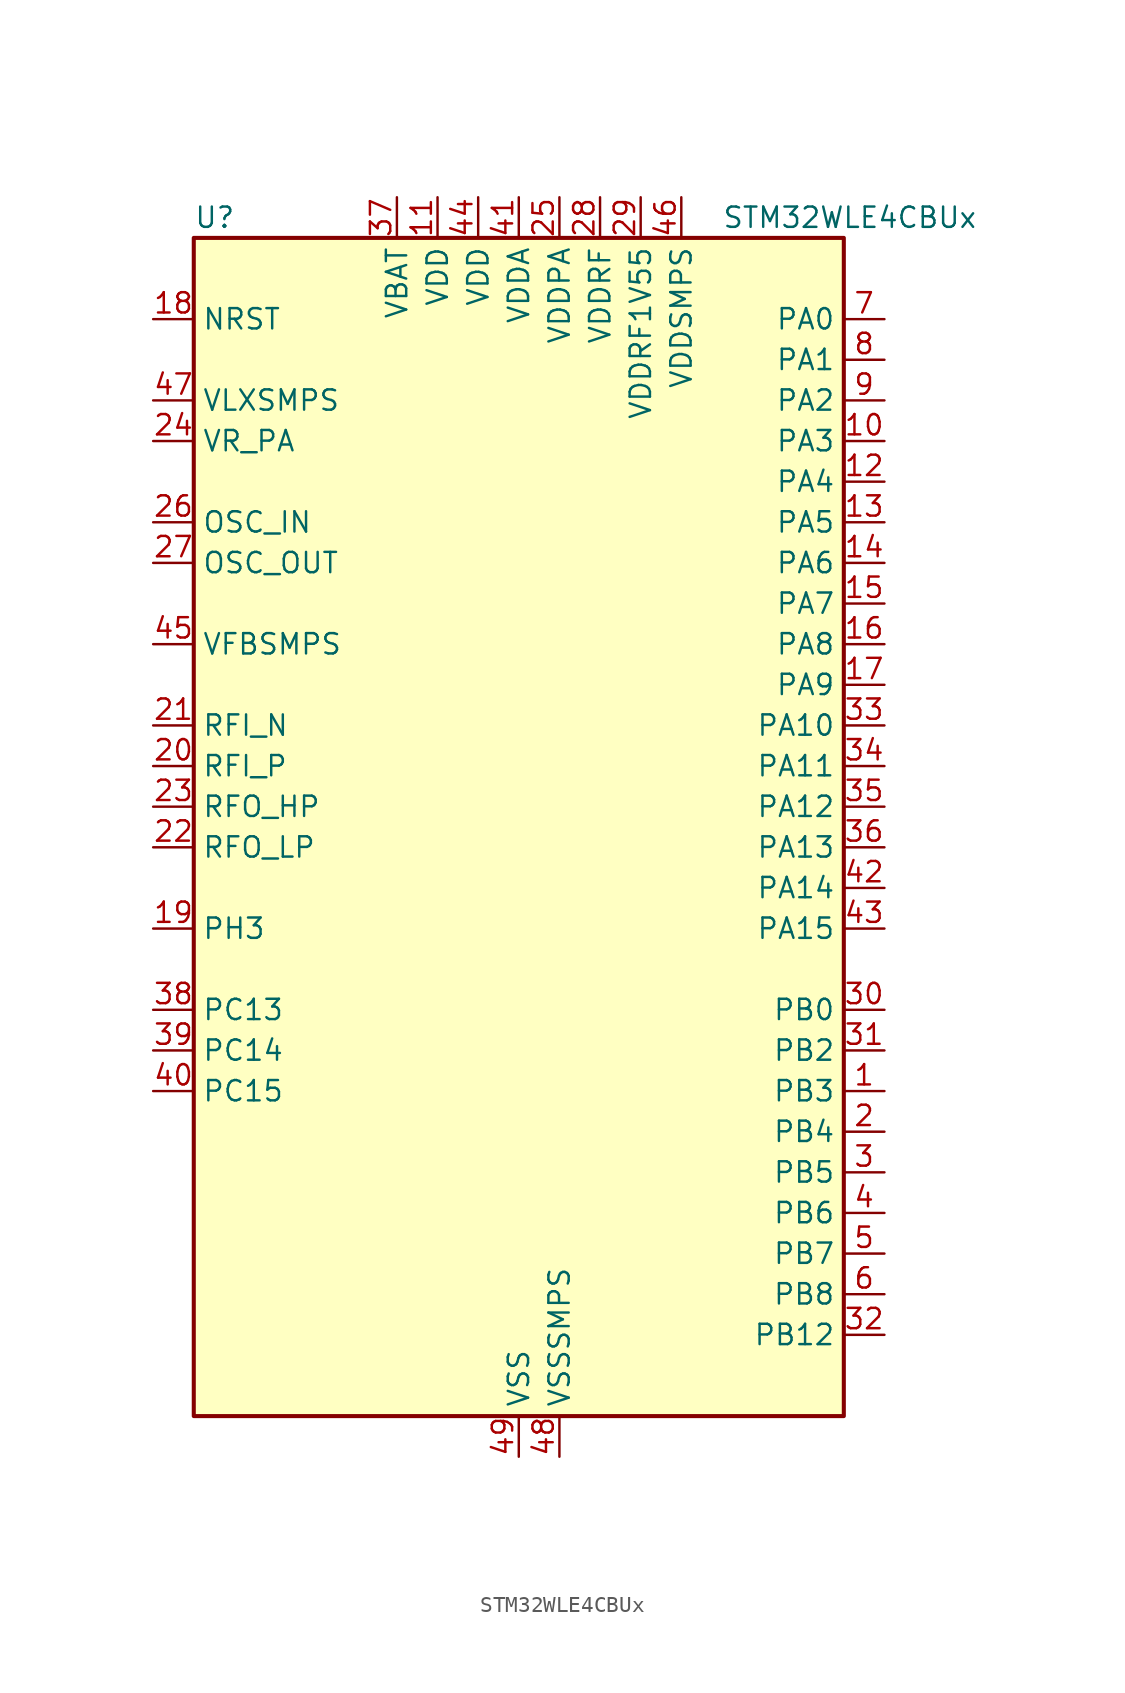
<source format=kicad_sym>
(kicad_symbol_lib
  (version 20241209)
  (generator "kicad_symbol_editor")
  (generator_version "9.0")
  (symbol "STM32WLE4CBUx"
    (property "Reference" "U"
      (at -20.32 39.37 0)
      (effects (font (size 1.27 1.27)) (justify left)))
    (property "Value" "STM32WLE4CBUx"
      (at 12.7 39.37 0)
      (effects (font (size 1.27 1.27)) (justify left)))
    (symbol "STM32WLE4CBUx_0_1"
      (rectangle (start -20.32 -35.56) (end 20.32 38.1) (stroke (width 0.254) (type default)) (fill (type background))))
    (symbol "STM32WLE4CBUx_1_1"
      (pin input line (at -22.86 33.02 0) (length 2.54) (name "NRST" (effects (font (size 1.27 1.27)))) (number "18" (effects (font (size 1.27 1.27)))))
      (pin power_in line (at -22.86 27.94 0) (length 2.54) (name "VLXSMPS" (effects (font (size 1.27 1.27)))) (number "47" (effects (font (size 1.27 1.27)))))
      (pin power_in line (at -22.86 25.4 0) (length 2.54) (name "VR_PA" (effects (font (size 1.27 1.27)))) (number "24" (effects (font (size 1.27 1.27)))))
      (pin input line (at -22.86 20.32 0) (length 2.54) (name "OSC_IN" (effects (font (size 1.27 1.27)))) (number "26" (effects (font (size 1.27 1.27)))) (alternate "RCC_OSC_IN" bidirectional line))
      (pin input line (at -22.86 17.78 0) (length 2.54) (name "OSC_OUT" (effects (font (size 1.27 1.27)))) (number "27" (effects (font (size 1.27 1.27)))) (alternate "RCC_OSC_OUT" bidirectional line))
      (pin input line (at -22.86 12.7 0) (length 2.54) (name "VFBSMPS" (effects (font (size 1.27 1.27)))) (number "45" (effects (font (size 1.27 1.27)))))
      (pin bidirectional line (at -22.86 7.62 0) (length 2.54) (name "RFI_N" (effects (font (size 1.27 1.27)))) (number "21" (effects (font (size 1.27 1.27)))))
      (pin bidirectional line (at -22.86 5.08 0) (length 2.54) (name "RFI_P" (effects (font (size 1.27 1.27)))) (number "20" (effects (font (size 1.27 1.27)))))
      (pin bidirectional line (at -22.86 2.54 0) (length 2.54) (name "RFO_HP" (effects (font (size 1.27 1.27)))) (number "23" (effects (font (size 1.27 1.27)))))
      (pin bidirectional line (at -22.86 0 0) (length 2.54) (name "RFO_LP" (effects (font (size 1.27 1.27)))) (number "22" (effects (font (size 1.27 1.27)))))
      (pin bidirectional line (at -22.86 -5.08 0) (length 2.54) (name "PH3" (effects (font (size 1.27 1.27)))) (number "19" (effects (font (size 1.27 1.27)))))
      (pin bidirectional line (at -22.86 -10.16 0) (length 2.54) (name "PC13" (effects (font (size 1.27 1.27)))) (number "38" (effects (font (size 1.27 1.27)))) (alternate "PWR_WKUP2" bidirectional line) (alternate "RTC_OUT1" bidirectional line) (alternate "RTC_TAMP_IN1" bidirectional line) (alternate "RTC_TS" bidirectional line))
      (pin bidirectional line (at -22.86 -12.7 0) (length 2.54) (name "PC14" (effects (font (size 1.27 1.27)))) (number "39" (effects (font (size 1.27 1.27)))) (alternate "RCC_OSC32_IN" bidirectional line))
      (pin bidirectional line (at -22.86 -15.24 0) (length 2.54) (name "PC15" (effects (font (size 1.27 1.27)))) (number "40" (effects (font (size 1.27 1.27)))) (alternate "RCC_OSC32_OUT" bidirectional line))
      (pin power_in line (at -7.62 40.64 270) (length 2.54) (name "VBAT" (effects (font (size 1.27 1.27)))) (number "37" (effects (font (size 1.27 1.27)))))
      (pin power_in line (at -5.08 40.64 270) (length 2.54) (name "VDD" (effects (font (size 1.27 1.27)))) (number "11" (effects (font (size 1.27 1.27)))))
      (pin power_in line (at -2.54 40.64 270) (length 2.54) (name "VDD" (effects (font (size 1.27 1.27)))) (number "44" (effects (font (size 1.27 1.27)))))
      (pin power_in line (at 0 40.64 270) (length 2.54) (name "VDDA" (effects (font (size 1.27 1.27)))) (number "41" (effects (font (size 1.27 1.27)))))
      (pin power_in line (at 0 -38.1 90) (length 2.54) (name "VSS" (effects (font (size 1.27 1.27)))) (number "49" (effects (font (size 1.27 1.27)))))
      (pin power_in line (at 2.54 40.64 270) (length 2.54) (name "VDDPA" (effects (font (size 1.27 1.27)))) (number "25" (effects (font (size 1.27 1.27)))))
      (pin power_in line (at 2.54 -38.1 90) (length 2.54) (name "VSSSMPS" (effects (font (size 1.27 1.27)))) (number "48" (effects (font (size 1.27 1.27)))))
      (pin power_in line (at 5.08 40.64 270) (length 2.54) (name "VDDRF" (effects (font (size 1.27 1.27)))) (number "28" (effects (font (size 1.27 1.27)))))
      (pin power_in line (at 7.62 40.64 270) (length 2.54) (name "VDDRF1V55" (effects (font (size 1.27 1.27)))) (number "29" (effects (font (size 1.27 1.27)))))
      (pin power_in line (at 10.16 40.64 270) (length 2.54) (name "VDDSMPS" (effects (font (size 1.27 1.27)))) (number "46" (effects (font (size 1.27 1.27)))))
      (pin bidirectional line (at 22.86 33.02 180) (length 2.54) (name "PA0" (effects (font (size 1.27 1.27)))) (number "7" (effects (font (size 1.27 1.27)))) (alternate "COMP1_OUT" bidirectional line) (alternate "DEBUG_PWR-REGLP1S" bidirectional line) (alternate "I2C3_SMBA" bidirectional line) (alternate "I2S_CKIN" bidirectional line) (alternate "PWR_WKUP1" bidirectional line) (alternate "RTC_TAMP_IN2" bidirectional line) (alternate "TIM2_CH1" bidirectional line) (alternate "TIM2_ETR" bidirectional line) (alternate "USART2_CTS" bidirectional line) (alternate "USART2_NSS" bidirectional line))
      (pin bidirectional line (at 22.86 30.48 180) (length 2.54) (name "PA1" (effects (font (size 1.27 1.27)))) (number "8" (effects (font (size 1.27 1.27)))) (alternate "DEBUG_PWR-REGLP2S" bidirectional line) (alternate "I2C1_SMBA" bidirectional line) (alternate "LPTIM3_OUT" bidirectional line) (alternate "LPUART1_RTS" bidirectional line) (alternate "SPI1_SCK" bidirectional line) (alternate "TIM2_CH2" bidirectional line) (alternate "USART2_DE" bidirectional line) (alternate "USART2_RTS" bidirectional line))
      (pin bidirectional line (at 22.86 27.94 180) (length 2.54) (name "PA2" (effects (font (size 1.27 1.27)))) (number "9" (effects (font (size 1.27 1.27)))) (alternate "COMP2_OUT" bidirectional line) (alternate "DEBUG_PWR-LDORDY" bidirectional line) (alternate "LPUART1_TX" bidirectional line) (alternate "RCC_LSCO" bidirectional line) (alternate "TIM2_CH3" bidirectional line) (alternate "USART2_TX" bidirectional line))
      (pin bidirectional line (at 22.86 25.4 180) (length 2.54) (name "PA3" (effects (font (size 1.27 1.27)))) (number "10" (effects (font (size 1.27 1.27)))) (alternate "I2S2_MCK" bidirectional line) (alternate "LPUART1_RX" bidirectional line) (alternate "TIM2_CH4" bidirectional line) (alternate "USART2_RX" bidirectional line))
      (pin bidirectional line (at 22.86 22.86 180) (length 2.54) (name "PA4" (effects (font (size 1.27 1.27)))) (number "12" (effects (font (size 1.27 1.27)))) (alternate "DEBUG_SUBGHZSPI-NSSOUT" bidirectional line) (alternate "LPTIM1_OUT" bidirectional line) (alternate "LPTIM2_OUT" bidirectional line) (alternate "RTC_OUT2" bidirectional line) (alternate "SPI1_NSS" bidirectional line) (alternate "USART2_CK" bidirectional line))
      (pin bidirectional line (at 22.86 20.32 180) (length 2.54) (name "PA5" (effects (font (size 1.27 1.27)))) (number "13" (effects (font (size 1.27 1.27)))) (alternate "DEBUG_SUBGHZSPI-SCKOUT" bidirectional line) (alternate "LPTIM2_ETR" bidirectional line) (alternate "SPI1_SCK" bidirectional line) (alternate "SPI2_MISO" bidirectional line) (alternate "TIM2_CH1" bidirectional line) (alternate "TIM2_ETR" bidirectional line))
      (pin bidirectional line (at 22.86 17.78 180) (length 2.54) (name "PA6" (effects (font (size 1.27 1.27)))) (number "14" (effects (font (size 1.27 1.27)))) (alternate "DEBUG_SUBGHZSPI-MISOOUT" bidirectional line) (alternate "I2C2_SMBA" bidirectional line) (alternate "LPUART1_CTS" bidirectional line) (alternate "SPI1_MISO" bidirectional line) (alternate "TIM16_CH1" bidirectional line) (alternate "TIM1_BKIN" bidirectional line))
      (pin bidirectional line (at 22.86 15.24 180) (length 2.54) (name "PA7" (effects (font (size 1.27 1.27)))) (number "15" (effects (font (size 1.27 1.27)))) (alternate "COMP2_OUT" bidirectional line) (alternate "DEBUG_SUBGHZSPI-MOSIOUT" bidirectional line) (alternate "I2C3_SCL" bidirectional line) (alternate "SPI1_MOSI" bidirectional line) (alternate "TIM17_CH1" bidirectional line) (alternate "TIM1_CH1N" bidirectional line))
      (pin bidirectional line (at 22.86 12.7 180) (length 2.54) (name "PA8" (effects (font (size 1.27 1.27)))) (number "16" (effects (font (size 1.27 1.27)))) (alternate "I2S2_CK" bidirectional line) (alternate "LPTIM2_OUT" bidirectional line) (alternate "RCC_MCO" bidirectional line) (alternate "SPI2_SCK" bidirectional line) (alternate "TIM1_CH1" bidirectional line) (alternate "USART1_CK" bidirectional line))
      (pin bidirectional line (at 22.86 10.16 180) (length 2.54) (name "PA9" (effects (font (size 1.27 1.27)))) (number "17" (effects (font (size 1.27 1.27)))) (alternate "DAC_EXTI9" bidirectional line) (alternate "I2C1_SCL" bidirectional line) (alternate "I2S2_CK" bidirectional line) (alternate "I2S2_WS" bidirectional line) (alternate "SPI2_NSS" bidirectional line) (alternate "SPI2_SCK" bidirectional line) (alternate "TIM1_CH2" bidirectional line) (alternate "USART1_TX" bidirectional line))
      (pin bidirectional line (at 22.86 7.62 180) (length 2.54) (name "PA10" (effects (font (size 1.27 1.27)))) (number "33" (effects (font (size 1.27 1.27)))) (alternate "ADC_IN6" bidirectional line) (alternate "COMP1_INM" bidirectional line) (alternate "COMP2_INM" bidirectional line) (alternate "DAC_OUT1" bidirectional line) (alternate "DEBUG_RF-HSE32RDY" bidirectional line) (alternate "I2C1_SDA" bidirectional line) (alternate "I2S2_SD" bidirectional line) (alternate "RTC_REFIN" bidirectional line) (alternate "SPI2_MOSI" bidirectional line) (alternate "TIM17_BKIN" bidirectional line) (alternate "TIM1_CH3" bidirectional line) (alternate "USART1_RX" bidirectional line))
      (pin bidirectional line (at 22.86 5.08 180) (length 2.54) (name "PA11" (effects (font (size 1.27 1.27)))) (number "34" (effects (font (size 1.27 1.27)))) (alternate "ADC_EXTI11" bidirectional line) (alternate "ADC_IN7" bidirectional line) (alternate "COMP1_INM" bidirectional line) (alternate "COMP2_INM" bidirectional line) (alternate "DEBUG_RF-NRESET" bidirectional line) (alternate "I2C2_SDA" bidirectional line) (alternate "LPTIM3_ETR" bidirectional line) (alternate "SPI1_MISO" bidirectional line) (alternate "TIM1_BKIN2" bidirectional line) (alternate "TIM1_CH4" bidirectional line) (alternate "USART1_CTS" bidirectional line) (alternate "USART1_NSS" bidirectional line))
      (pin bidirectional line (at 22.86 2.54 180) (length 2.54) (name "PA12" (effects (font (size 1.27 1.27)))) (number "35" (effects (font (size 1.27 1.27)))) (alternate "ADC_IN8" bidirectional line) (alternate "DEBUG_RF-BUSY" bidirectional line) (alternate "I2C2_SCL" bidirectional line) (alternate "LPTIM3_IN1" bidirectional line) (alternate "SPI1_MOSI" bidirectional line) (alternate "TIM1_ETR" bidirectional line) (alternate "USART1_DE" bidirectional line) (alternate "USART1_RTS" bidirectional line))
      (pin bidirectional line (at 22.86 0 180) (length 2.54) (name "PA13" (effects (font (size 1.27 1.27)))) (number "36" (effects (font (size 1.27 1.27)))) (alternate "ADC_IN9" bidirectional line) (alternate "DEBUG_JTMS-SWDIO" bidirectional line) (alternate "I2C2_SMBA" bidirectional line) (alternate "IR_OUT" bidirectional line))
      (pin bidirectional line (at 22.86 -2.54 180) (length 2.54) (name "PA14" (effects (font (size 1.27 1.27)))) (number "42" (effects (font (size 1.27 1.27)))) (alternate "ADC_IN10" bidirectional line) (alternate "DEBUG_JTCK-SWCLK" bidirectional line) (alternate "I2C1_SMBA" bidirectional line) (alternate "LPTIM1_OUT" bidirectional line))
      (pin bidirectional line (at 22.86 -5.08 180) (length 2.54) (name "PA15" (effects (font (size 1.27 1.27)))) (number "43" (effects (font (size 1.27 1.27)))) (alternate "ADC_IN11" bidirectional line) (alternate "COMP1_INM" bidirectional line) (alternate "COMP2_INP" bidirectional line) (alternate "DEBUG_JTDI" bidirectional line) (alternate "I2C2_SDA" bidirectional line) (alternate "SPI1_NSS" bidirectional line) (alternate "TIM2_CH1" bidirectional line) (alternate "TIM2_ETR" bidirectional line))
      (pin bidirectional line (at 22.86 -10.16 180) (length 2.54) (name "PB0" (effects (font (size 1.27 1.27)))) (number "30" (effects (font (size 1.27 1.27)))) (alternate "COMP1_OUT" bidirectional line) (alternate "VDDTCXO" bidirectional line))
      (pin bidirectional line (at 22.86 -12.7 180) (length 2.54) (name "PB2" (effects (font (size 1.27 1.27)))) (number "31" (effects (font (size 1.27 1.27)))) (alternate "ADC_IN4" bidirectional line) (alternate "COMP1_INP" bidirectional line) (alternate "COMP2_INM" bidirectional line) (alternate "DEBUG_RF-SMPSRDY" bidirectional line) (alternate "I2C3_SMBA" bidirectional line) (alternate "LPTIM1_OUT" bidirectional line) (alternate "SPI1_NSS" bidirectional line))
      (pin bidirectional line (at 22.86 -15.24 180) (length 2.54) (name "PB3" (effects (font (size 1.27 1.27)))) (number "1" (effects (font (size 1.27 1.27)))) (alternate "ADC_IN2" bidirectional line) (alternate "COMP1_INM" bidirectional line) (alternate "COMP2_INM" bidirectional line) (alternate "DEBUG_JTDO-SWO" bidirectional line) (alternate "DEBUG_RF-DTB1" bidirectional line) (alternate "PWR_WKUP3" bidirectional line) (alternate "RTC_TAMP_IN3" bidirectional line) (alternate "SPI1_SCK" bidirectional line) (alternate "TIM2_CH2" bidirectional line) (alternate "USART1_DE" bidirectional line) (alternate "USART1_RTS" bidirectional line))
      (pin bidirectional line (at 22.86 -17.78 180) (length 2.54) (name "PB4" (effects (font (size 1.27 1.27)))) (number "2" (effects (font (size 1.27 1.27)))) (alternate "ADC_IN3" bidirectional line) (alternate "COMP1_INP" bidirectional line) (alternate "COMP2_INP" bidirectional line) (alternate "DEBUG_JTRST" bidirectional line) (alternate "DEBUG_RF-LDORDY" bidirectional line) (alternate "I2C3_SDA" bidirectional line) (alternate "SPI1_MISO" bidirectional line) (alternate "TIM17_BKIN" bidirectional line) (alternate "USART1_CTS" bidirectional line) (alternate "USART1_NSS" bidirectional line))
      (pin bidirectional line (at 22.86 -20.32 180) (length 2.54) (name "PB5" (effects (font (size 1.27 1.27)))) (number "3" (effects (font (size 1.27 1.27)))) (alternate "COMP2_OUT" bidirectional line) (alternate "I2C1_SMBA" bidirectional line) (alternate "LPTIM1_IN1" bidirectional line) (alternate "SPI1_MOSI" bidirectional line) (alternate "TIM16_BKIN" bidirectional line) (alternate "USART1_CK" bidirectional line))
      (pin bidirectional line (at 22.86 -22.86 180) (length 2.54) (name "PB6" (effects (font (size 1.27 1.27)))) (number "4" (effects (font (size 1.27 1.27)))) (alternate "I2C1_SCL" bidirectional line) (alternate "LPTIM1_ETR" bidirectional line) (alternate "TIM16_CH1N" bidirectional line) (alternate "USART1_TX" bidirectional line))
      (pin bidirectional line (at 22.86 -25.4 180) (length 2.54) (name "PB7" (effects (font (size 1.27 1.27)))) (number "5" (effects (font (size 1.27 1.27)))) (alternate "I2C1_SDA" bidirectional line) (alternate "LPTIM1_IN2" bidirectional line) (alternate "PWR_PVD_IN" bidirectional line) (alternate "TIM17_CH1N" bidirectional line) (alternate "TIM1_BKIN" bidirectional line) (alternate "USART1_RX" bidirectional line))
      (pin bidirectional line (at 22.86 -27.94 180) (length 2.54) (name "PB8" (effects (font (size 1.27 1.27)))) (number "6" (effects (font (size 1.27 1.27)))) (alternate "I2C1_SCL" bidirectional line) (alternate "TIM16_CH1" bidirectional line) (alternate "TIM1_CH2N" bidirectional line))
      (pin bidirectional line (at 22.86 -30.48 180) (length 2.54) (name "PB12" (effects (font (size 1.27 1.27)))) (number "32" (effects (font (size 1.27 1.27)))) (alternate "I2C3_SMBA" bidirectional line) (alternate "I2S2_WS" bidirectional line) (alternate "LPUART1_RTS" bidirectional line) (alternate "SPI2_NSS" bidirectional line) (alternate "TIM1_BKIN" bidirectional line)))))
</source>
